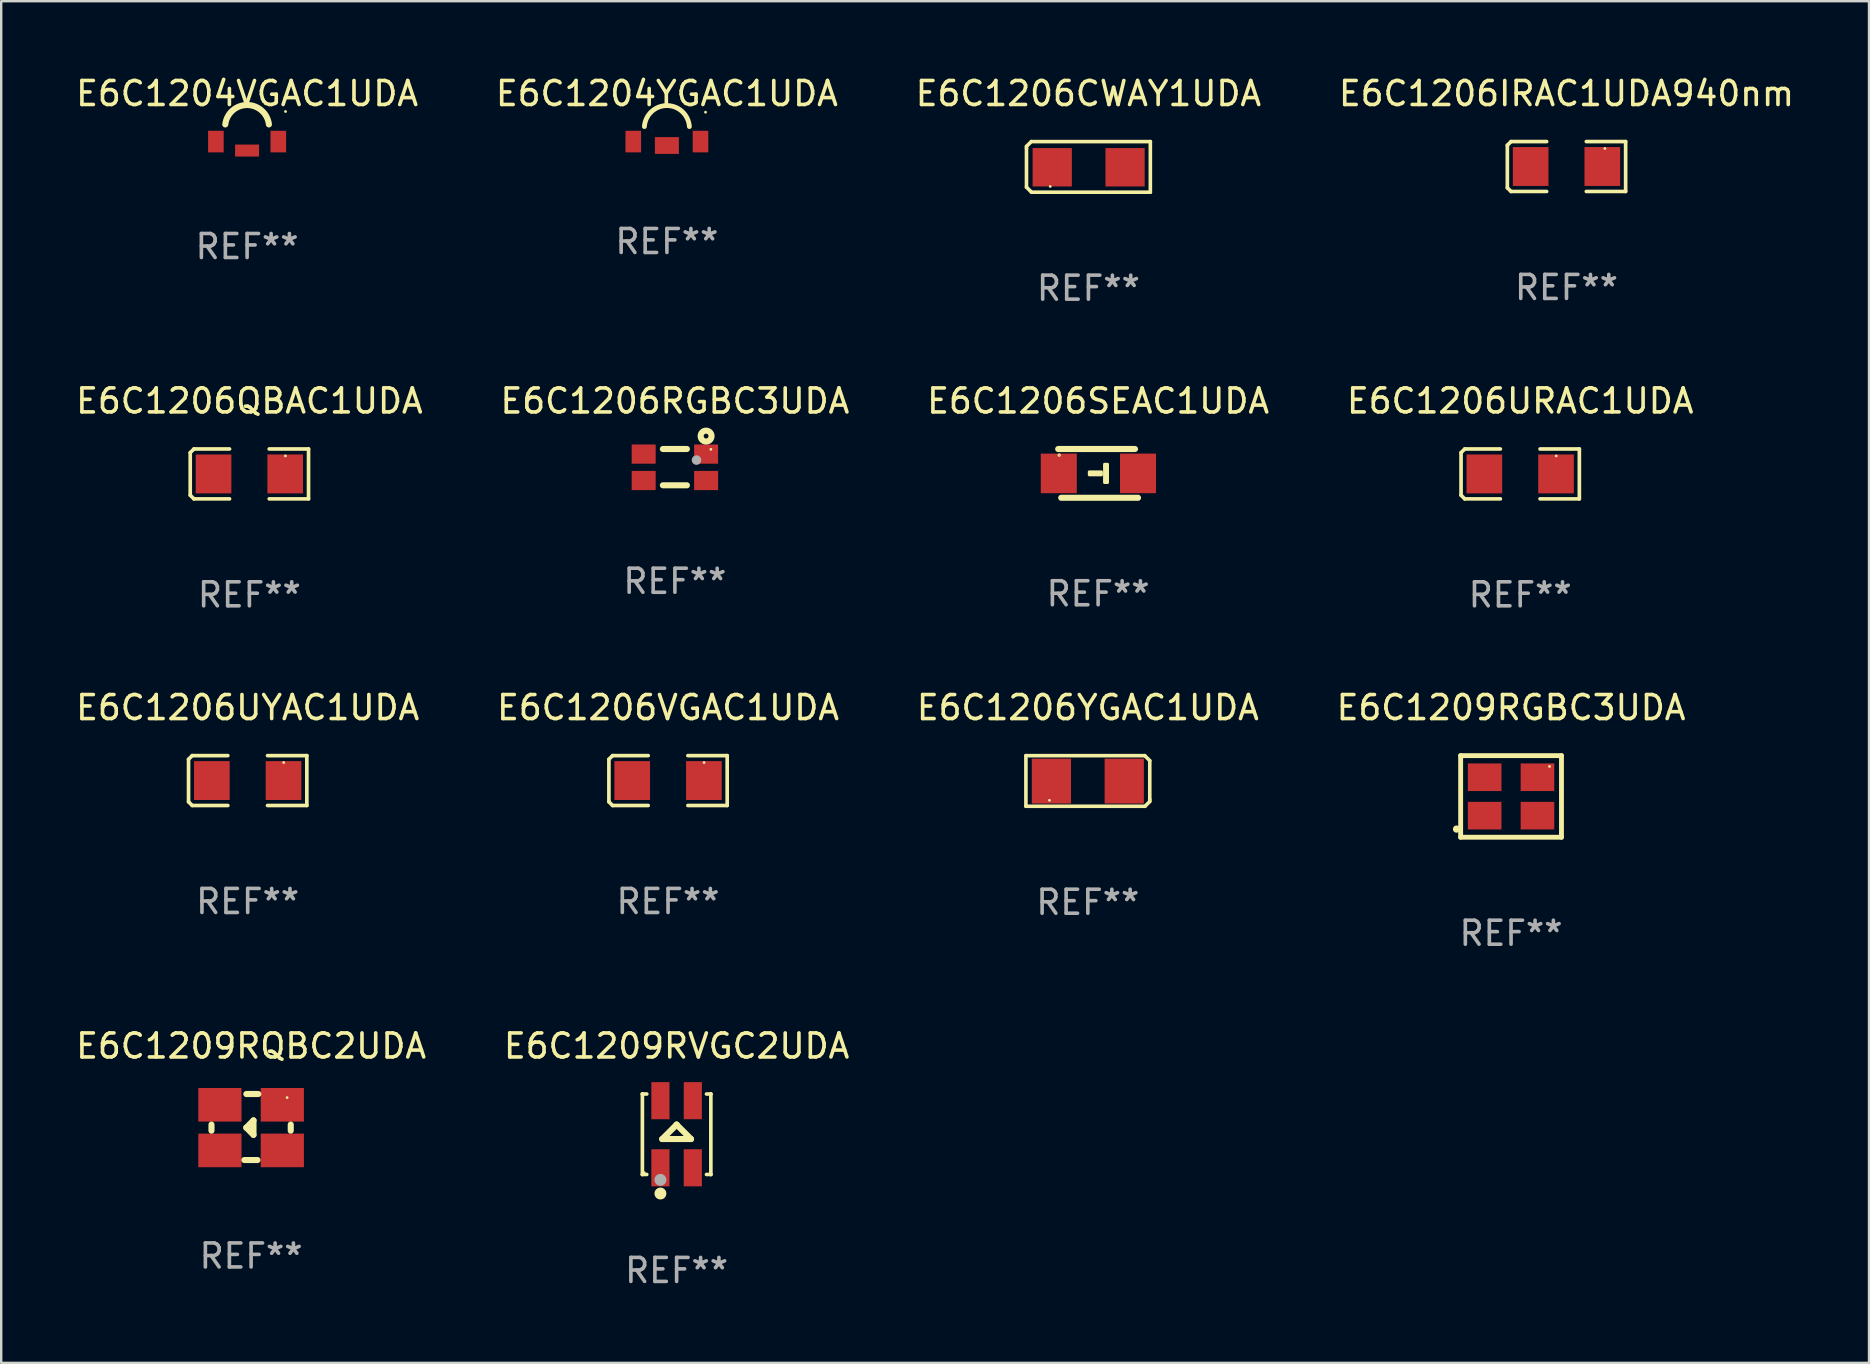
<source format=kicad_pcb>
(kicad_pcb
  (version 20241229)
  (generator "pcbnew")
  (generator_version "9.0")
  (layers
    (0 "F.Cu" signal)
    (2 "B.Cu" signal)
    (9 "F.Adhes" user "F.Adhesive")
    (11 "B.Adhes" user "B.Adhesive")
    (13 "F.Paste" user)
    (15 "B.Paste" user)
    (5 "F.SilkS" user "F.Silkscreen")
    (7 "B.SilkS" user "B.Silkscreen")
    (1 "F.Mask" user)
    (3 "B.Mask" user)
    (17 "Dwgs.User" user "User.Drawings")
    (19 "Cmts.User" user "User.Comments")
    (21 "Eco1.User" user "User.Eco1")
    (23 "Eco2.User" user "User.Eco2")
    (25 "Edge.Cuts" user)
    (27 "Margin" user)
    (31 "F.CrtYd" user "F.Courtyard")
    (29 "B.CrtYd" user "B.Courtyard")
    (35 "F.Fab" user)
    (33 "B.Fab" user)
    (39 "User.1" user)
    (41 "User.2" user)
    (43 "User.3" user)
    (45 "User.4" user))
  (footprint "E6C1206RGBC3UDA"
    (layer "F.Cu")
    (at 25.065 16.411)
    (property "Reference" "E6C1206RGBC3UDA" (at 0 -2.756 0) (layer "F.SilkS") (effects (font (size 1 1) (thickness 0.15))))
    (attr through_hole)
    (fp_line (start -0.5 -0.756) (end 0.5 -0.756) (stroke (width 0.254) (type solid)) (layer "F.SilkS"))
    (fp_line (start -0.5 0.756) (end 0.5 0.756) (stroke (width 0.254) (type solid)) (layer "F.SilkS"))
    (fp_circle (center 1.3 -1.294) (end 1.4 -1.294) (stroke (width 0.254) (type solid)) (fill no) (layer "F.SilkS"))
    (fp_circle (center 1.5 -0.744) (end 1.53 -0.744) (stroke (width 0.06) (type solid)) (fill no) (layer "F.SilkS"))
    (fp_circle (center 0.9 -0.294) (end 1 -0.294) (stroke (width 0.2) (type solid)) (fill no) (layer "F.Fab"))
    (fp_text user "REF**" (at 0 4.756 0) (layer "F.Fab") (effects (font (size 1 1) (thickness 0.15))))
    (pad "1" smd rect (at -1.3 -0.544 180) (size 1 0.8) (layers "F.Cu" "F.Mask" "F.Paste"))
    (pad "2" smd rect (at 1.3 -0.544 180) (size 1 0.8) (layers "F.Cu" "F.Mask" "F.Paste"))
    (pad "3" smd rect (at -1.3 0.556 180) (size 1 0.8) (layers "F.Cu" "F.Mask" "F.Paste"))
    (pad "4" smd rect (at 1.3 0.556 180) (size 1 0.8) (layers "F.Cu" "F.Mask" "F.Paste")))
  (footprint "E6C1204VGAC1UDA"
    (layer "F.Cu")
    (at 7.244 3.035)
    (property "Reference" "E6C1204VGAC1UDA" (at 0 -2.187 0) (layer "F.SilkS") (effects (font (size 1 1) (thickness 0.15))))
    (attr through_hole)
    (fp_arc (start -0.908738 -0.902414) (mid 0 -1.710196) (end 0.908738 -0.902413) (stroke (width 0.254001) (type solid)) (layer "F.SilkS"))
    (fp_circle (center 1.6 -1.44) (end 1.63 -1.44) (stroke (width 0.06) (type solid)) (fill no) (layer "F.SilkS"))
    (fp_text user "REF**" (at 0 4.187 0) (layer "F.Fab") (effects (font (size 1 1) (thickness 0.15))))
    (pad "1" smd rect (at 1.3 -0.187) (size 0.65 0.9) (layers "F.Cu" "F.Mask" "F.Paste"))
    (pad "2" smd rect (at -1.3 -0.187) (size 0.65 0.9) (layers "F.Cu" "F.Mask" "F.Paste"))
    (pad "3" smd rect (at -0.000127 0.187) (size 1 0.5) (layers "F.Cu" "F.Mask" "F.Paste")))
  (footprint "E6C1206SEAC1UDA"
    (layer "F.Cu")
    (at 42.696 16.671)
    (property "Reference" "E6C1206SEAC1UDA" (at 0 -3.016 0) (layer "F.SilkS") (effects (font (size 1 1) (thickness 0.15))))
    (attr through_hole)
    (fp_line (start 1.536 -1.016) (end -1.663 -1.016) (stroke (width 0.254) (type solid)) (layer "F.SilkS"))
    (fp_line (start 1.663 1.016) (end -1.536 1.016) (stroke (width 0.254) (type solid)) (layer "F.SilkS"))
    (fp_circle (center -1.62 -0.762) (end -1.6 -0.762) (stroke (width 0.05) (type solid)) (fill no) (layer "F.SilkS"))
    (fp_poly (pts (xy -0.369 -0.064) (xy 0.139 -0.064) (xy 0.139 0.063) (xy -0.369 0.063)) (stroke (width 0.12) (type solid)) (fill yes) (layer "F.SilkS"))
    (fp_poly (pts (xy 0.266 -0.381) (xy 0.393 -0.381) (xy 0.393 0.381) (xy 0.266 0.381)) (stroke (width 0.12) (type solid)) (fill yes) (layer "F.SilkS"))
    (fp_text user "REF**" (at 0 5.016 0) (layer "F.Fab") (effects (font (size 1 1) (thickness 0.15))))
    (pad "1" smd rect (at -1.638 -0.000051 180) (size 1.5 1.65) (layers "F.Cu" "F.Mask" "F.Paste"))
    (pad "2" smd rect (at 1.662 -0.000051 180) (size 1.5 1.65) (layers "F.Cu" "F.Mask" "F.Paste")))
  (footprint "E6C1209RQBC2UDA"
    (layer "F.Cu")
    (at 7.411 43.9)
    (property "Reference" "E6C1209RQBC2UDA" (at 0 -3.375 0) (layer "F.SilkS") (effects (font (size 1 1) (thickness 0.15))))
    (attr through_hole)
    (fp_line (start -1.651 -0.102) (end -1.651 0.152) (stroke (width 0.254) (type solid)) (layer "F.SilkS"))
    (fp_line (start -0.201 0.026) (end 0.099 -0.276) (stroke (width 0.254) (type solid)) (layer "F.SilkS"))
    (fp_line (start 0.099 -0.276) (end 0.099 0.326) (stroke (width 0.254) (type solid)) (layer "F.SilkS"))
    (fp_line (start 0.099 0.326) (end -0.201 0.026) (stroke (width 0.254) (type solid)) (layer "F.SilkS"))
    (fp_line (start 0.265 1.375) (end -0.281 1.375) (stroke (width 0.254) (type solid)) (layer "F.SilkS"))
    (fp_line (start 0.3 -1.375) (end -0.2 -1.375) (stroke (width 0.254) (type solid)) (layer "F.SilkS"))
    (fp_line (start 1.651 -0.102) (end 1.651 0.152) (stroke (width 0.254) (type solid)) (layer "F.SilkS"))
    (fp_circle (center 1.5 -1.225) (end 1.53 -1.225) (stroke (width 0.06) (type solid)) (fill no) (layer "F.SilkS"))
    (fp_text user "REF**" (at 0 5.375 0) (layer "F.Fab") (effects (font (size 1 1) (thickness 0.15))))
    (pad "1" smd rect (at 1.3 -0.925 90) (size 1.4 1.8) (layers "F.Cu" "F.Mask" "F.Paste"))
    (pad "2" smd rect (at -1.3 -0.925 90) (size 1.4 1.8) (layers "F.Cu" "F.Mask" "F.Paste"))
    (pad "3" smd rect (at 1.3 0.975 90) (size 1.4 1.8) (layers "F.Cu" "F.Mask" "F.Paste"))
    (pad "4" smd rect (at -1.3 0.975 90) (size 1.4 1.8) (layers "F.Cu" "F.Mask" "F.Paste")))
  (footprint "E6C1206UYAC1UDA"
    (layer "F.Cu")
    (at 7.268 29.467)
    (property "Reference" "E6C1206UYAC1UDA" (at 0 -3.039 0) (layer "F.SilkS") (effects (font (size 1 1) (thickness 0.15))))
    (attr through_hole)
    (fp_line (start -2.464 -0.886) (end -2.311 -1.039) (stroke (width 0.152) (type solid)) (layer "F.SilkS"))
    (fp_line (start -2.464 0.886) (end -2.464 -0.886) (stroke (width 0.152) (type solid)) (layer "F.SilkS"))
    (fp_line (start -2.311 -1.039) (end -0.826 -1.039) (stroke (width 0.152) (type solid)) (layer "F.SilkS"))
    (fp_line (start -2.311 1.039) (end -2.464 0.886) (stroke (width 0.152) (type solid)) (layer "F.SilkS"))
    (fp_line (start -0.826 1.039) (end -2.311 1.039) (stroke (width 0.152) (type solid)) (layer "F.SilkS"))
    (fp_line (start 0.826 1.039) (end 2.464 1.039) (stroke (width 0.152) (type solid)) (layer "F.SilkS"))
    (fp_line (start 2.464 -1.039) (end 0.826 -1.039) (stroke (width 0.152) (type solid)) (layer "F.SilkS"))
    (fp_line (start 2.464 1.039) (end 2.464 -1.039) (stroke (width 0.152) (type solid)) (layer "F.SilkS"))
    (fp_circle (center 1.5 -0.75) (end 1.53 -0.75) (stroke (width 0.06) (type solid)) (fill no) (layer "F.SilkS"))
    (fp_text user "REF**" (at 0 5.039 0) (layer "F.Fab") (effects (font (size 1 1) (thickness 0.15))))
    (pad "1" smd rect (at 1.493 0) (size 1.485 1.62) (layers "F.Cu" "F.Mask" "F.Paste"))
    (pad "2" smd rect (at -1.493 0) (size 1.485 1.62) (layers "F.Cu" "F.Mask" "F.Paste")))
  (footprint "E6C1204YGAC1UDA"
    (layer "F.Cu")
    (at 24.732 2.93)
    (property "Reference" "E6C1204YGAC1UDA" (at 0 -2.082 0) (layer "F.SilkS") (effects (font (size 1 1) (thickness 0.15))))
    (attr through_hole)
    (fp_arc (start -0.936754 -0.706706) (mid -0.000013 -1.582322) (end 0.936728 -0.706706) (stroke (width 0.2) (type solid)) (layer "F.SilkS"))
    (fp_circle (center 1.61 -1.305) (end 1.64 -1.305) (stroke (width 0.06) (type solid)) (fill no) (layer "F.SilkS"))
    (fp_text user "REF**" (at 0 4.082 0) (layer "F.Fab") (effects (font (size 1 1) (thickness 0.15))))
    (pad "1" smd rect (at 1.4 -0.082 180) (size 0.65 0.9) (layers "F.Cu" "F.Mask" "F.Paste"))
    (pad "2" smd rect (at -1.4 -0.082 180) (size 0.65 0.9) (layers "F.Cu" "F.Mask" "F.Paste"))
    (pad "3" smd rect (at 0 0.082 180) (size 1 0.7) (layers "F.Cu" "F.Mask" "F.Paste")))
  (footprint "E6C1209RGBC3UDA"
    (layer "F.Cu")
    (at 59.899 30.129)
    (property "Reference" "E6C1209RGBC3UDA" (at 0 -3.7 0) (layer "F.SilkS") (effects (font (size 1 1) (thickness 0.15))))
    (attr through_hole)
    (fp_line (start -2.1 -1.7) (end -2.1 1.7) (stroke (width 0.203) (type solid)) (layer "F.SilkS"))
    (fp_line (start -2.1 1.7) (end 2.1 1.7) (stroke (width 0.203) (type solid)) (layer "F.SilkS"))
    (fp_line (start 2.1 -1.7) (end -2.1 -1.7) (stroke (width 0.203) (type solid)) (layer "F.SilkS"))
    (fp_line (start 2.1 1.7) (end 2.1 -1.7) (stroke (width 0.203) (type solid)) (layer "F.SilkS"))
    (fp_arc (start -2.272416 1.359944) (mid -2.271158 1.359939) (end -2.269901 1.359944) (stroke (width 0.3) (type solid)) (layer "F.SilkS"))
    (fp_circle (center 1.6 -1.25) (end 1.63 -1.25) (stroke (width 0.06) (type solid)) (fill no) (layer "F.SilkS"))
    (fp_text user "REF**" (at 0 5.7 0) (layer "F.Fab") (effects (font (size 1 1) (thickness 0.15))))
    (pad "2" smd rect (at -1.1 -0.8 180) (size 1.4 1.15) (layers "F.Cu" "F.Mask" "F.Paste"))
    (pad "3" smd rect (at 1.1 0.8 180) (size 1.4 1.15) (layers "F.Cu" "F.Mask" "F.Paste"))
    (pad "3" smd rect (at 1.1 -0.8 180) (size 1.4 1.15) (layers "F.Cu" "F.Mask" "F.Paste"))
    (pad "4" smd rect (at -1.1 0.8 180) (size 1.4 1.15) (layers "F.Cu" "F.Mask" "F.Paste")))
  (footprint "E6C1209RVGC2UDA"
    (layer "F.Cu")
    (at 25.137 44.201)
    (property "Reference" "E6C1209RVGC2UDA" (at 0 -3.676 0) (layer "F.SilkS") (effects (font (size 1 1) (thickness 0.15))))
    (attr through_hole)
    (fp_line (start -1.426 -1.676) (end -1.426 -1.676) (stroke (width 0.152) (type solid)) (layer "F.SilkS"))
    (fp_line (start -1.426 -1.676) (end -1.244 -1.676) (stroke (width 0.152) (type solid)) (layer "F.SilkS"))
    (fp_line (start -1.426 1.676) (end -1.426 -1.676) (stroke (width 0.152) (type solid)) (layer "F.SilkS"))
    (fp_line (start -1.426 1.676) (end -1.426 1.676) (stroke (width 0.152) (type solid)) (layer "F.SilkS"))
    (fp_line (start -1.244 1.676) (end -1.426 1.676) (stroke (width 0.152) (type solid)) (layer "F.SilkS"))
    (fp_line (start -0.6 0.2) (end 0.6 0.2) (stroke (width 0.254) (type solid)) (layer "F.SilkS"))
    (fp_line (start 0 -0.4) (end -0.6 0.2) (stroke (width 0.254) (type solid)) (layer "F.SilkS"))
    (fp_line (start 0 -0.4) (end 0 -0.4) (stroke (width 0.254) (type solid)) (layer "F.SilkS"))
    (fp_line (start 0 -0.4) (end 0.6 0.2) (stroke (width 0.254) (type solid)) (layer "F.SilkS"))
    (fp_line (start 1.244 1.676) (end 1.426 1.676) (stroke (width 0.152) (type solid)) (layer "F.SilkS"))
    (fp_line (start 1.426 -1.676) (end 1.244 -1.676) (stroke (width 0.152) (type solid)) (layer "F.SilkS"))
    (fp_line (start 1.426 -1.676) (end 1.426 -1.676) (stroke (width 0.152) (type solid)) (layer "F.SilkS"))
    (fp_line (start 1.426 1.676) (end 1.426 -1.676) (stroke (width 0.152) (type solid)) (layer "F.SilkS"))
    (fp_line (start 1.426 1.676) (end 1.426 1.676) (stroke (width 0.152) (type solid)) (layer "F.SilkS"))
    (fp_circle (center -1.35 1.6) (end -1.32 1.6) (stroke (width 0.06) (type solid)) (fill no) (layer "F.SilkS"))
    (fp_circle (center -0.675 2.47) (end -0.55 2.47) (stroke (width 0.25) (type solid)) (fill no) (layer "F.SilkS"))
    (fp_circle (center -0.675 1.9) (end -0.55 1.9) (stroke (width 0.25) (type solid)) (fill no) (layer "F.Fab"))
    (fp_text user "REF**" (at 0 5.676 0) (layer "F.Fab") (effects (font (size 1 1) (thickness 0.15))))
    (pad "1" smd rect (at -0.675 1.398) (size 0.756 1.545) (layers "F.Cu" "F.Mask" "F.Paste"))
    (pad "2" smd rect (at -0.675 -1.398) (size 0.756 1.545) (layers "F.Cu" "F.Mask" "F.Paste"))
    (pad "3" smd rect (at 0.675 1.398) (size 0.756 1.545) (layers "F.Cu" "F.Mask" "F.Paste"))
    (pad "4" smd rect (at 0.675 -1.398) (size 0.756 1.545) (layers "F.Cu" "F.Mask" "F.Paste")))
  (footprint "E6C1206IRAC1UDA940nm"
    (layer "F.Cu")
    (at 62.208 3.887)
    (property "Reference" "E6C1206IRAC1UDA940nm" (at 0 -3.039 0) (layer "F.SilkS") (effects (font (size 1 1) (thickness 0.15))))
    (attr through_hole)
    (fp_line (start -2.464 -0.886) (end -2.311 -1.039) (stroke (width 0.152) (type solid)) (layer "F.SilkS"))
    (fp_line (start -2.464 0.886) (end -2.464 -0.886) (stroke (width 0.152) (type solid)) (layer "F.SilkS"))
    (fp_line (start -2.311 -1.039) (end -0.826 -1.039) (stroke (width 0.152) (type solid)) (layer "F.SilkS"))
    (fp_line (start -2.311 1.039) (end -2.464 0.886) (stroke (width 0.152) (type solid)) (layer "F.SilkS"))
    (fp_line (start -0.826 1.039) (end -2.311 1.039) (stroke (width 0.152) (type solid)) (layer "F.SilkS"))
    (fp_line (start 0.826 1.039) (end 2.464 1.039) (stroke (width 0.152) (type solid)) (layer "F.SilkS"))
    (fp_line (start 2.464 -1.039) (end 0.826 -1.039) (stroke (width 0.152) (type solid)) (layer "F.SilkS"))
    (fp_line (start 2.464 1.039) (end 2.464 -1.039) (stroke (width 0.152) (type solid)) (layer "F.SilkS"))
    (fp_circle (center 1.6 -0.75) (end 1.63 -0.75) (stroke (width 0.06) (type solid)) (fill no) (layer "F.SilkS"))
    (fp_text user "REF**" (at 0 5.039 0) (layer "F.Fab") (effects (font (size 1 1) (thickness 0.15))))
    (pad "1" smd rect (at 1.492 0) (size 1.485 1.62) (layers "F.Cu" "F.Mask" "F.Paste"))
    (pad "2" smd rect (at -1.493 0) (size 1.485 1.62) (layers "F.Cu" "F.Mask" "F.Paste")))
  (footprint "E6C1206YGAC1UDA"
    (layer "F.Cu")
    (at 42.268 29.484)
    (property "Reference" "E6C1206YGAC1UDA" (at 0 -3.055 0) (layer "F.SilkS") (effects (font (size 1 1) (thickness 0.15))))
    (attr through_hole)
    (fp_line (start -2.58 -1.055) (end 2.37 -1.055) (stroke (width 0.15) (type solid)) (layer "F.SilkS"))
    (fp_line (start -2.58 1.055) (end -2.58 -1.055) (stroke (width 0.15) (type solid)) (layer "F.SilkS"))
    (fp_line (start 2.38 1.055) (end -2.58 1.055) (stroke (width 0.15) (type solid)) (layer "F.SilkS"))
    (fp_line (start 2.58 -0.845) (end 2.37 -1.055) (stroke (width 0.15) (type solid)) (layer "F.SilkS"))
    (fp_line (start 2.58 0.775) (end 2.58 -0.845) (stroke (width 0.15) (type solid)) (layer "F.SilkS"))
    (fp_line (start 2.58 0.775) (end 2.58 0.855) (stroke (width 0.15) (type solid)) (layer "F.SilkS"))
    (fp_line (start 2.58 0.855) (end 2.38 1.055) (stroke (width 0.15) (type solid)) (layer "F.SilkS"))
    (fp_circle (center -1.6 0.805) (end -1.57 0.805) (stroke (width 0.06) (type solid)) (fill no) (layer "F.SilkS"))
    (fp_text user "REF**" (at 0 5.055 0) (layer "F.Fab") (effects (font (size 1 1) (thickness 0.15))))
    (pad "1" smd rect (at -1.517 0.005) (size 1.635 1.87) (layers "F.Cu" "F.Mask" "F.Paste"))
    (pad "2" smd rect (at 1.517 0.005) (size 1.635 1.87) (layers "F.Cu" "F.Mask" "F.Paste")))
  (footprint "E6C1206URAC1UDA"
    (layer "F.Cu")
    (at 60.28 16.693)
    (property "Reference" "E6C1206URAC1UDA" (at 0 -3.039 0) (layer "F.SilkS") (effects (font (size 1 1) (thickness 0.15))))
    (attr through_hole)
    (fp_line (start -2.464 -0.886) (end -2.311 -1.039) (stroke (width 0.152) (type solid)) (layer "F.SilkS"))
    (fp_line (start -2.464 0.886) (end -2.464 -0.886) (stroke (width 0.152) (type solid)) (layer "F.SilkS"))
    (fp_line (start -2.311 -1.039) (end -0.826 -1.039) (stroke (width 0.152) (type solid)) (layer "F.SilkS"))
    (fp_line (start -2.311 1.039) (end -2.464 0.886) (stroke (width 0.152) (type solid)) (layer "F.SilkS"))
    (fp_line (start -0.826 1.039) (end -2.311 1.039) (stroke (width 0.152) (type solid)) (layer "F.SilkS"))
    (fp_line (start 0.826 1.039) (end 2.464 1.039) (stroke (width 0.152) (type solid)) (layer "F.SilkS"))
    (fp_line (start 2.464 -1.039) (end 0.826 -1.039) (stroke (width 0.152) (type solid)) (layer "F.SilkS"))
    (fp_line (start 2.464 1.039) (end 2.464 -1.039) (stroke (width 0.152) (type solid)) (layer "F.SilkS"))
    (fp_circle (center 1.5 -0.75) (end 1.53 -0.75) (stroke (width 0.06) (type solid)) (fill no) (layer "F.SilkS"))
    (fp_text user "REF**" (at 0 5.039 0) (layer "F.Fab") (effects (font (size 1 1) (thickness 0.15))))
    (pad "1" smd rect (at 1.493 0) (size 1.485 1.62) (layers "F.Cu" "F.Mask" "F.Paste"))
    (pad "2" smd rect (at -1.493 0) (size 1.485 1.62) (layers "F.Cu" "F.Mask" "F.Paste")))
  (footprint "E6C1206QBAC1UDA"
    (layer "F.Cu")
    (at 7.339 16.693)
    (property "Reference" "E6C1206QBAC1UDA" (at 0 -3.039 0) (layer "F.SilkS") (effects (font (size 1 1) (thickness 0.15))))
    (attr through_hole)
    (fp_line (start -2.464 -0.886) (end -2.311 -1.039) (stroke (width 0.152) (type solid)) (layer "F.SilkS"))
    (fp_line (start -2.464 0.886) (end -2.464 -0.886) (stroke (width 0.152) (type solid)) (layer "F.SilkS"))
    (fp_line (start -2.311 -1.039) (end -0.826 -1.039) (stroke (width 0.152) (type solid)) (layer "F.SilkS"))
    (fp_line (start -2.311 1.039) (end -2.464 0.886) (stroke (width 0.152) (type solid)) (layer "F.SilkS"))
    (fp_line (start -0.826 1.039) (end -2.311 1.039) (stroke (width 0.152) (type solid)) (layer "F.SilkS"))
    (fp_line (start 0.826 1.039) (end 2.464 1.039) (stroke (width 0.152) (type solid)) (layer "F.SilkS"))
    (fp_line (start 2.464 -1.039) (end 0.826 -1.039) (stroke (width 0.152) (type solid)) (layer "F.SilkS"))
    (fp_line (start 2.464 1.039) (end 2.464 -1.039) (stroke (width 0.152) (type solid)) (layer "F.SilkS"))
    (fp_circle (center 1.5 -0.75) (end 1.53 -0.75) (stroke (width 0.06) (type solid)) (fill no) (layer "F.SilkS"))
    (fp_text user "REF**" (at 0 5.039 0) (layer "F.Fab") (effects (font (size 1 1) (thickness 0.15))))
    (pad "1" smd rect (at 1.493 0) (size 1.485 1.62) (layers "F.Cu" "F.Mask" "F.Paste"))
    (pad "2" smd rect (at -1.493 0) (size 1.485 1.62) (layers "F.Cu" "F.Mask" "F.Paste")))
  (footprint "E6C1206CWAY1UDA"
    (layer "F.Cu")
    (at 42.292 3.903)
    (property "Reference" "E6C1206CWAY1UDA" (at 0 -3.055 0) (layer "F.SilkS") (effects (font (size 1 1) (thickness 0.15))))
    (attr through_hole)
    (fp_line (start -2.58 -0.855) (end -2.38 -1.055) (stroke (width 0.15) (type solid)) (layer "F.SilkS"))
    (fp_line (start -2.58 -0.775) (end -2.58 -0.855) (stroke (width 0.15) (type solid)) (layer "F.SilkS"))
    (fp_line (start -2.58 -0.775) (end -2.58 0.845) (stroke (width 0.15) (type solid)) (layer "F.SilkS"))
    (fp_line (start -2.58 0.845) (end -2.37 1.055) (stroke (width 0.15) (type solid)) (layer "F.SilkS"))
    (fp_line (start -2.38 -1.055) (end 2.58 -1.055) (stroke (width 0.15) (type solid)) (layer "F.SilkS"))
    (fp_line (start 2.58 -1.055) (end 2.58 1.055) (stroke (width 0.15) (type solid)) (layer "F.SilkS"))
    (fp_line (start 2.58 1.055) (end -2.37 1.055) (stroke (width 0.15) (type solid)) (layer "F.SilkS"))
    (fp_circle (center -1.59 0.815) (end -1.56 0.815) (stroke (width 0.06) (type solid)) (fill no) (layer "F.SilkS"))
    (fp_text user "REF**" (at 0 5.055 0) (layer "F.Fab") (effects (font (size 1 1) (thickness 0.15))))
    (pad "1" smd rect (at -1.507 0.015) (size 1.635 1.6) (layers "F.Cu" "F.Mask" "F.Paste"))
    (pad "2" smd rect (at 1.527 0.015) (size 1.635 1.6) (layers "F.Cu" "F.Mask" "F.Paste")))
  (footprint "E6C1206VGAC1UDA"
    (layer "F.Cu")
    (at 24.78 29.467)
    (property "Reference" "E6C1206VGAC1UDA" (at 0 -3.039 0) (layer "F.SilkS") (effects (font (size 1 1) (thickness 0.15))))
    (attr through_hole)
    (fp_line (start -2.464 -0.886) (end -2.311 -1.039) (stroke (width 0.152) (type solid)) (layer "F.SilkS"))
    (fp_line (start -2.464 0.886) (end -2.464 -0.886) (stroke (width 0.152) (type solid)) (layer "F.SilkS"))
    (fp_line (start -2.311 -1.039) (end -0.826 -1.039) (stroke (width 0.152) (type solid)) (layer "F.SilkS"))
    (fp_line (start -2.311 1.039) (end -2.464 0.886) (stroke (width 0.152) (type solid)) (layer "F.SilkS"))
    (fp_line (start -0.826 1.039) (end -2.311 1.039) (stroke (width 0.152) (type solid)) (layer "F.SilkS"))
    (fp_line (start 0.826 1.039) (end 2.464 1.039) (stroke (width 0.152) (type solid)) (layer "F.SilkS"))
    (fp_line (start 2.464 -1.039) (end 0.826 -1.039) (stroke (width 0.152) (type solid)) (layer "F.SilkS"))
    (fp_line (start 2.464 1.039) (end 2.464 -1.039) (stroke (width 0.152) (type solid)) (layer "F.SilkS"))
    (fp_circle (center 1.5 -0.75) (end 1.53 -0.75) (stroke (width 0.06) (type solid)) (fill no) (layer "F.SilkS"))
    (fp_text user "REF**" (at 0 5.039 0) (layer "F.Fab") (effects (font (size 1 1) (thickness 0.15))))
    (pad "1" smd rect (at 1.493 0) (size 1.485 1.62) (layers "F.Cu" "F.Mask" "F.Paste"))
    (pad "2" smd rect (at -1.493 0) (size 1.485 1.62) (layers "F.Cu" "F.Mask" "F.Paste")))
  (gr_rect
    (start -3 -3)
    (end 74.81 53.726)
    (stroke (width 0.1) (type default))
    (fill no)
    (layer "Edge.Cuts")))
</source>
